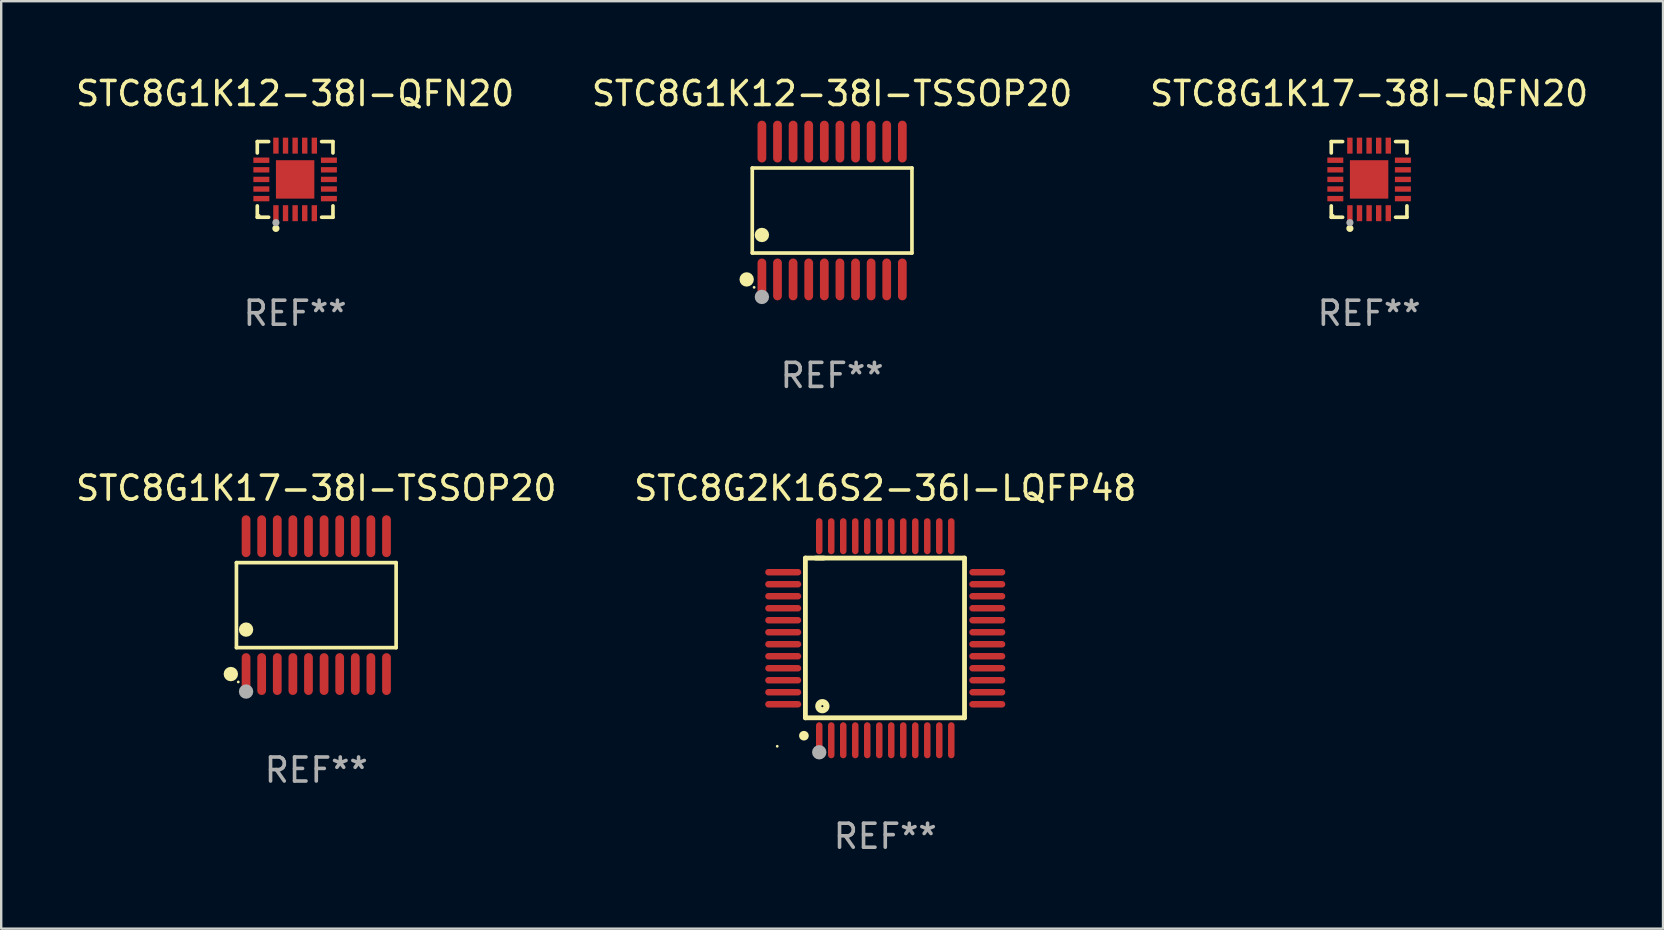
<source format=kicad_pcb>
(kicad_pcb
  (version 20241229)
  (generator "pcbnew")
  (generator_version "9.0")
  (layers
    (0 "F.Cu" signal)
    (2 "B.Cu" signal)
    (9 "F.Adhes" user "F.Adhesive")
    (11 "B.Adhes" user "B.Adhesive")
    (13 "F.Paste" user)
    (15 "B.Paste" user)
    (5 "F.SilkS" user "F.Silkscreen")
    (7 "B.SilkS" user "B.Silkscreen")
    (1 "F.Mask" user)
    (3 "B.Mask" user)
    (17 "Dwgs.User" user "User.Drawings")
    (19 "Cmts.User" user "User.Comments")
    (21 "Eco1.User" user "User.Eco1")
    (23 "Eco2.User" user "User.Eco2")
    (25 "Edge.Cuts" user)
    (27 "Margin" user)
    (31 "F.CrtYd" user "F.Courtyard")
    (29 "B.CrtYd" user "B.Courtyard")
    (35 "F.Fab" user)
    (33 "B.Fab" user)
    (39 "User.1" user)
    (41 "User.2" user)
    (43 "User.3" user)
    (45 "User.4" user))
  (footprint "STC8G1K17-38I-TSSOP20"
    (layer "F.Cu")
    (at 10.125 22.158)
    (property "Reference" "STC8G1K17-38I-TSSOP20" (at 0 -4.871 0) (layer "F.SilkS") (effects (font (size 1 1) (thickness 0.15))))
    (attr through_hole)
    (fp_line (start -3.326 -1.771) (end 3.326 -1.771) (stroke (width 0.152) (type solid)) (layer "F.SilkS"))
    (fp_line (start -3.326 1.771) (end -3.326 -1.771) (stroke (width 0.152) (type solid)) (layer "F.SilkS"))
    (fp_line (start 3.326 -1.771) (end 3.326 1.771) (stroke (width 0.152) (type solid)) (layer "F.SilkS"))
    (fp_line (start 3.326 1.771) (end -3.326 1.771) (stroke (width 0.152) (type solid)) (layer "F.SilkS"))
    (fp_circle (center -3.559 2.871) (end -3.409 2.871) (stroke (width 0.3) (type solid)) (fill no) (layer "F.SilkS"))
    (fp_circle (center -3.25 3.2) (end -3.22 3.2) (stroke (width 0.06) (type solid)) (fill no) (layer "F.SilkS"))
    (fp_circle (center -2.925 1.019) (end -2.775 1.019) (stroke (width 0.3) (type solid)) (fill no) (layer "F.SilkS"))
    (fp_circle (center -2.925 3.6) (end -2.775 3.6) (stroke (width 0.3) (type solid)) (fill no) (layer "F.Fab"))
    (fp_text user "REF**" (at 0 6.871 0) (layer "F.Fab") (effects (font (size 1 1) (thickness 0.15))))
    (pad "1" smd oval (at -2.925 2.871) (size 0.364 1.742) (layers "F.Cu" "F.Mask" "F.Paste"))
    (pad "2" smd oval (at -2.275 2.871) (size 0.364 1.742) (layers "F.Cu" "F.Mask" "F.Paste"))
    (pad "3" smd oval (at -1.625 2.871) (size 0.364 1.742) (layers "F.Cu" "F.Mask" "F.Paste"))
    (pad "4" smd oval (at -0.975 2.871) (size 0.364 1.742) (layers "F.Cu" "F.Mask" "F.Paste"))
    (pad "5" smd oval (at -0.325 2.871) (size 0.364 1.742) (layers "F.Cu" "F.Mask" "F.Paste"))
    (pad "6" smd oval (at 0.325 2.871) (size 0.364 1.742) (layers "F.Cu" "F.Mask" "F.Paste"))
    (pad "7" smd oval (at 0.975 2.871) (size 0.364 1.742) (layers "F.Cu" "F.Mask" "F.Paste"))
    (pad "8" smd oval (at 1.625 2.871) (size 0.364 1.742) (layers "F.Cu" "F.Mask" "F.Paste"))
    (pad "9" smd oval (at 2.275 2.871) (size 0.364 1.742) (layers "F.Cu" "F.Mask" "F.Paste"))
    (pad "10" smd oval (at 2.925 2.871) (size 0.364 1.742) (layers "F.Cu" "F.Mask" "F.Paste"))
    (pad "11" smd oval (at 2.925 -2.871) (size 0.364 1.742) (layers "F.Cu" "F.Mask" "F.Paste"))
    (pad "12" smd oval (at 2.275 -2.871) (size 0.364 1.742) (layers "F.Cu" "F.Mask" "F.Paste"))
    (pad "13" smd oval (at 1.625 -2.871) (size 0.364 1.742) (layers "F.Cu" "F.Mask" "F.Paste"))
    (pad "14" smd oval (at 0.975 -2.871) (size 0.364 1.742) (layers "F.Cu" "F.Mask" "F.Paste"))
    (pad "15" smd oval (at 0.325 -2.871) (size 0.364 1.742) (layers "F.Cu" "F.Mask" "F.Paste"))
    (pad "16" smd oval (at -0.325 -2.871) (size 0.364 1.742) (layers "F.Cu" "F.Mask" "F.Paste"))
    (pad "17" smd oval (at -0.975 -2.871) (size 0.364 1.742) (layers "F.Cu" "F.Mask" "F.Paste"))
    (pad "18" smd oval (at -1.625 -2.871) (size 0.364 1.742) (layers "F.Cu" "F.Mask" "F.Paste"))
    (pad "19" smd oval (at -2.275 -2.871) (size 0.364 1.742) (layers "F.Cu" "F.Mask" "F.Paste"))
    (pad "20" smd oval (at -2.925 -2.871) (size 0.364 1.742) (layers "F.Cu" "F.Mask" "F.Paste")))
  (footprint "STC8G2K16S2-36I-LQFP48"
    (layer "F.Cu")
    (at 33.827 23.537)
    (property "Reference" "STC8G2K16S2-36I-LQFP48" (at 0 -6.25 0) (layer "F.SilkS") (effects (font (size 1 1) (thickness 0.15))))
    (attr through_hole)
    (fp_line (start -3.327 -3.34) (end -2.565 -3.34) (stroke (width 0.2) (type solid)) (layer "F.SilkS"))
    (fp_line (start -3.327 3.315) (end -3.327 -3.34) (stroke (width 0.2) (type solid)) (layer "F.SilkS"))
    (fp_line (start -2.896 -3.34) (end 3.302 -3.34) (stroke (width 0.2) (type solid)) (layer "F.SilkS"))
    (fp_line (start 3.302 -3.34) (end 3.302 3.315) (stroke (width 0.2) (type solid)) (layer "F.SilkS"))
    (fp_line (start 3.302 3.315) (end -3.327 3.315) (stroke (width 0.2) (type solid)) (layer "F.SilkS"))
    (fp_arc (start -3.389992 4.059995) (mid -3.388722 4.059991) (end -3.387452 4.059995) (stroke (width 0.4) (type solid)) (layer "F.SilkS"))
    (fp_circle (center -4.5 4.5) (end -4.47 4.5) (stroke (width 0.06) (type solid)) (fill no) (layer "F.SilkS"))
    (fp_circle (center -2.62 2.83) (end -2.45 2.83) (stroke (width 0.254) (type solid)) (fill no) (layer "F.SilkS"))
    (fp_circle (center -2.75 4.75) (end -2.6 4.75) (stroke (width 0.3) (type solid)) (fill no) (layer "F.Fab"))
    (fp_text user "REF**" (at 0 8.25 0) (layer "F.Fab") (effects (font (size 1 1) (thickness 0.15))))
    (pad "1" smd oval (at -2.75 4.25) (size 0.27 1.5) (layers "F.Cu" "F.Mask" "F.Paste"))
    (pad "2" smd oval (at -2.25 4.25) (size 0.27 1.5) (layers "F.Cu" "F.Mask" "F.Paste"))
    (pad "3" smd oval (at -1.75 4.25) (size 0.27 1.5) (layers "F.Cu" "F.Mask" "F.Paste"))
    (pad "4" smd oval (at -1.25 4.25) (size 0.27 1.5) (layers "F.Cu" "F.Mask" "F.Paste"))
    (pad "5" smd oval (at -0.75 4.25) (size 0.27 1.5) (layers "F.Cu" "F.Mask" "F.Paste"))
    (pad "6" smd oval (at -0.25 4.25) (size 0.27 1.5) (layers "F.Cu" "F.Mask" "F.Paste"))
    (pad "7" smd oval (at 0.25 4.25) (size 0.27 1.5) (layers "F.Cu" "F.Mask" "F.Paste"))
    (pad "8" smd oval (at 0.75 4.25) (size 0.27 1.5) (layers "F.Cu" "F.Mask" "F.Paste"))
    (pad "9" smd oval (at 1.25 4.25) (size 0.27 1.5) (layers "F.Cu" "F.Mask" "F.Paste"))
    (pad "10" smd oval (at 1.75 4.25) (size 0.27 1.5) (layers "F.Cu" "F.Mask" "F.Paste"))
    (pad "11" smd oval (at 2.25 4.25) (size 0.27 1.5) (layers "F.Cu" "F.Mask" "F.Paste"))
    (pad "12" smd oval (at 2.75 4.25) (size 0.27 1.5) (layers "F.Cu" "F.Mask" "F.Paste"))
    (pad "13" smd oval (at 4.25 2.75) (size 1.5 0.27) (layers "F.Cu" "F.Mask" "F.Paste"))
    (pad "14" smd oval (at 4.25 2.25) (size 1.5 0.27) (layers "F.Cu" "F.Mask" "F.Paste"))
    (pad "15" smd oval (at 4.25 1.75) (size 1.5 0.27) (layers "F.Cu" "F.Mask" "F.Paste"))
    (pad "16" smd oval (at 4.25 1.25) (size 1.5 0.27) (layers "F.Cu" "F.Mask" "F.Paste"))
    (pad "17" smd oval (at 4.25 0.75) (size 1.5 0.27) (layers "F.Cu" "F.Mask" "F.Paste"))
    (pad "18" smd oval (at 4.25 0.25) (size 1.5 0.27) (layers "F.Cu" "F.Mask" "F.Paste"))
    (pad "19" smd oval (at 4.25 -0.25) (size 1.5 0.27) (layers "F.Cu" "F.Mask" "F.Paste"))
    (pad "20" smd oval (at 4.25 -0.75) (size 1.5 0.27) (layers "F.Cu" "F.Mask" "F.Paste"))
    (pad "21" smd oval (at 4.25 -1.25) (size 1.5 0.27) (layers "F.Cu" "F.Mask" "F.Paste"))
    (pad "22" smd oval (at 4.25 -1.75) (size 1.5 0.27) (layers "F.Cu" "F.Mask" "F.Paste"))
    (pad "23" smd oval (at 4.25 -2.25) (size 1.5 0.27) (layers "F.Cu" "F.Mask" "F.Paste"))
    (pad "24" smd oval (at 4.25 -2.75) (size 1.5 0.27) (layers "F.Cu" "F.Mask" "F.Paste"))
    (pad "25" smd oval (at 2.75 -4.25) (size 0.27 1.5) (layers "F.Cu" "F.Mask" "F.Paste"))
    (pad "26" smd oval (at 2.25 -4.25) (size 0.27 1.5) (layers "F.Cu" "F.Mask" "F.Paste"))
    (pad "27" smd oval (at 1.75 -4.25) (size 0.27 1.5) (layers "F.Cu" "F.Mask" "F.Paste"))
    (pad "28" smd oval (at 1.25 -4.25) (size 0.27 1.5) (layers "F.Cu" "F.Mask" "F.Paste"))
    (pad "29" smd oval (at 0.75 -4.25) (size 0.27 1.5) (layers "F.Cu" "F.Mask" "F.Paste"))
    (pad "30" smd oval (at 0.25 -4.25) (size 0.27 1.5) (layers "F.Cu" "F.Mask" "F.Paste"))
    (pad "31" smd oval (at -0.25 -4.25) (size 0.27 1.5) (layers "F.Cu" "F.Mask" "F.Paste"))
    (pad "32" smd oval (at -0.75 -4.25) (size 0.27 1.5) (layers "F.Cu" "F.Mask" "F.Paste"))
    (pad "33" smd oval (at -1.25 -4.25) (size 0.27 1.5) (layers "F.Cu" "F.Mask" "F.Paste"))
    (pad "34" smd oval (at -1.75 -4.25) (size 0.27 1.5) (layers "F.Cu" "F.Mask" "F.Paste"))
    (pad "35" smd oval (at -2.25 -4.25) (size 0.27 1.5) (layers "F.Cu" "F.Mask" "F.Paste"))
    (pad "36" smd oval (at -2.75 -4.25) (size 0.27 1.5) (layers "F.Cu" "F.Mask" "F.Paste"))
    (pad "37" smd oval (at -4.25 -2.75) (size 1.5 0.27) (layers "F.Cu" "F.Mask" "F.Paste"))
    (pad "38" smd oval (at -4.25 -2.25) (size 1.5 0.27) (layers "F.Cu" "F.Mask" "F.Paste"))
    (pad "39" smd oval (at -4.25 -1.75) (size 1.5 0.27) (layers "F.Cu" "F.Mask" "F.Paste"))
    (pad "40" smd oval (at -4.25 -1.25) (size 1.5 0.27) (layers "F.Cu" "F.Mask" "F.Paste"))
    (pad "41" smd oval (at -4.25 -0.75) (size 1.5 0.27) (layers "F.Cu" "F.Mask" "F.Paste"))
    (pad "42" smd oval (at -4.25 -0.25) (size 1.5 0.27) (layers "F.Cu" "F.Mask" "F.Paste"))
    (pad "43" smd oval (at -4.25 0.25) (size 1.5 0.27) (layers "F.Cu" "F.Mask" "F.Paste"))
    (pad "44" smd oval (at -4.25 0.75) (size 1.5 0.27) (layers "F.Cu" "F.Mask" "F.Paste"))
    (pad "45" smd oval (at -4.25 1.25) (size 1.5 0.27) (layers "F.Cu" "F.Mask" "F.Paste"))
    (pad "46" smd oval (at -4.25 1.75) (size 1.5 0.27) (layers "F.Cu" "F.Mask" "F.Paste"))
    (pad "47" smd oval (at -4.25 2.25) (size 1.5 0.27) (layers "F.Cu" "F.Mask" "F.Paste"))
    (pad "48" smd oval (at -4.25 2.75) (size 1.5 0.27) (layers "F.Cu" "F.Mask" "F.Paste")))
  (footprint "STC8G1K17-38I-QFN20"
    (layer "F.Cu")
    (at 53.982 4.424)
    (property "Reference" "STC8G1K17-38I-QFN20" (at 0 -3.576 0) (layer "F.SilkS") (effects (font (size 1 1) (thickness 0.15))))
    (attr through_hole)
    (fp_line (start -1.576 -1.576) (end -1.103 -1.576) (stroke (width 0.152) (type solid)) (layer "F.SilkS"))
    (fp_line (start -1.576 -1.103) (end -1.576 -1.576) (stroke (width 0.152) (type solid)) (layer "F.SilkS"))
    (fp_line (start -1.576 1.103) (end -1.576 1.576) (stroke (width 0.152) (type solid)) (layer "F.SilkS"))
    (fp_line (start -1.576 1.576) (end -1.103 1.576) (stroke (width 0.152) (type solid)) (layer "F.SilkS"))
    (fp_line (start 1.576 -1.576) (end 1.103 -1.576) (stroke (width 0.152) (type solid)) (layer "F.SilkS"))
    (fp_line (start 1.576 -1.103) (end 1.576 -1.576) (stroke (width 0.152) (type solid)) (layer "F.SilkS"))
    (fp_line (start 1.576 1.103) (end 1.576 1.576) (stroke (width 0.152) (type solid)) (layer "F.SilkS"))
    (fp_line (start 1.576 1.576) (end 1.103 1.576) (stroke (width 0.152) (type solid)) (layer "F.SilkS"))
    (fp_circle (center -1.5 1.5) (end -1.47 1.5) (stroke (width 0.06) (type solid)) (fill no) (layer "F.SilkS"))
    (fp_circle (center -0.8 2.04) (end -0.725 2.04) (stroke (width 0.15) (type solid)) (fill no) (layer "F.SilkS"))
    (fp_circle (center -0.8 1.8) (end -0.725 1.8) (stroke (width 0.15) (type solid)) (fill no) (layer "F.Fab"))
    (fp_text user "REF**" (at 0 5.576 0) (layer "F.Fab") (effects (font (size 1 1) (thickness 0.15))))
    (pad "1" smd rect (at -0.8 1.407) (size 0.224 0.665) (layers "F.Cu" "F.Mask" "F.Paste"))
    (pad "2" smd rect (at -0.4 1.407) (size 0.224 0.665) (layers "F.Cu" "F.Mask" "F.Paste"))
    (pad "3" smd rect (at 0 1.407) (size 0.224 0.665) (layers "F.Cu" "F.Mask" "F.Paste"))
    (pad "4" smd rect (at 0.4 1.407) (size 0.224 0.665) (layers "F.Cu" "F.Mask" "F.Paste"))
    (pad "5" smd rect (at 0.8 1.407) (size 0.224 0.665) (layers "F.Cu" "F.Mask" "F.Paste"))
    (pad "6" smd rect (at 1.407 0.8) (size 0.665 0.224) (layers "F.Cu" "F.Mask" "F.Paste"))
    (pad "7" smd rect (at 1.407 0.4) (size 0.665 0.224) (layers "F.Cu" "F.Mask" "F.Paste"))
    (pad "8" smd rect (at 1.407 0) (size 0.665 0.224) (layers "F.Cu" "F.Mask" "F.Paste"))
    (pad "9" smd rect (at 1.407 -0.4) (size 0.665 0.224) (layers "F.Cu" "F.Mask" "F.Paste"))
    (pad "10" smd rect (at 1.407 -0.8) (size 0.665 0.224) (layers "F.Cu" "F.Mask" "F.Paste"))
    (pad "11" smd rect (at 0.8 -1.407) (size 0.224 0.665) (layers "F.Cu" "F.Mask" "F.Paste"))
    (pad "12" smd rect (at 0.4 -1.407) (size 0.224 0.665) (layers "F.Cu" "F.Mask" "F.Paste"))
    (pad "13" smd rect (at 0 -1.407) (size 0.224 0.665) (layers "F.Cu" "F.Mask" "F.Paste"))
    (pad "14" smd rect (at -0.4 -1.407) (size 0.224 0.665) (layers "F.Cu" "F.Mask" "F.Paste"))
    (pad "15" smd rect (at -0.8 -1.407) (size 0.224 0.665) (layers "F.Cu" "F.Mask" "F.Paste"))
    (pad "16" smd rect (at -1.407 -0.8) (size 0.665 0.224) (layers "F.Cu" "F.Mask" "F.Paste"))
    (pad "17" smd rect (at -1.407 -0.4) (size 0.665 0.224) (layers "F.Cu" "F.Mask" "F.Paste"))
    (pad "18" smd rect (at -1.407 0) (size 0.665 0.224) (layers "F.Cu" "F.Mask" "F.Paste"))
    (pad "19" smd rect (at -1.407 0.4) (size 0.665 0.224) (layers "F.Cu" "F.Mask" "F.Paste"))
    (pad "20" smd rect (at -1.407 0.8) (size 0.665 0.224) (layers "F.Cu" "F.Mask" "F.Paste"))
    (pad "21" smd rect (at 0 0) (size 1.6 1.6) (layers "F.Cu" "F.Mask" "F.Paste")))
  (footprint "STC8G1K12-38I-QFN20"
    (layer "F.Cu")
    (at 9.244 4.424)
    (property "Reference" "STC8G1K12-38I-QFN20" (at 0 -3.576 0) (layer "F.SilkS") (effects (font (size 1 1) (thickness 0.15))))
    (attr through_hole)
    (fp_line (start -1.576 -1.576) (end -1.103 -1.576) (stroke (width 0.152) (type solid)) (layer "F.SilkS"))
    (fp_line (start -1.576 -1.103) (end -1.576 -1.576) (stroke (width 0.152) (type solid)) (layer "F.SilkS"))
    (fp_line (start -1.576 1.103) (end -1.576 1.576) (stroke (width 0.152) (type solid)) (layer "F.SilkS"))
    (fp_line (start -1.576 1.576) (end -1.103 1.576) (stroke (width 0.152) (type solid)) (layer "F.SilkS"))
    (fp_line (start 1.576 -1.576) (end 1.103 -1.576) (stroke (width 0.152) (type solid)) (layer "F.SilkS"))
    (fp_line (start 1.576 -1.103) (end 1.576 -1.576) (stroke (width 0.152) (type solid)) (layer "F.SilkS"))
    (fp_line (start 1.576 1.103) (end 1.576 1.576) (stroke (width 0.152) (type solid)) (layer "F.SilkS"))
    (fp_line (start 1.576 1.576) (end 1.103 1.576) (stroke (width 0.152) (type solid)) (layer "F.SilkS"))
    (fp_circle (center -1.5 1.5) (end -1.47 1.5) (stroke (width 0.06) (type solid)) (fill no) (layer "F.SilkS"))
    (fp_circle (center -0.8 2.04) (end -0.725 2.04) (stroke (width 0.15) (type solid)) (fill no) (layer "F.SilkS"))
    (fp_circle (center -0.8 1.8) (end -0.725 1.8) (stroke (width 0.15) (type solid)) (fill no) (layer "F.Fab"))
    (fp_text user "REF**" (at 0 5.576 0) (layer "F.Fab") (effects (font (size 1 1) (thickness 0.15))))
    (pad "1" smd rect (at -0.8 1.407) (size 0.224 0.665) (layers "F.Cu" "F.Mask" "F.Paste"))
    (pad "2" smd rect (at -0.4 1.407) (size 0.224 0.665) (layers "F.Cu" "F.Mask" "F.Paste"))
    (pad "3" smd rect (at 0 1.407) (size 0.224 0.665) (layers "F.Cu" "F.Mask" "F.Paste"))
    (pad "4" smd rect (at 0.4 1.407) (size 0.224 0.665) (layers "F.Cu" "F.Mask" "F.Paste"))
    (pad "5" smd rect (at 0.8 1.407) (size 0.224 0.665) (layers "F.Cu" "F.Mask" "F.Paste"))
    (pad "6" smd rect (at 1.407 0.8) (size 0.665 0.224) (layers "F.Cu" "F.Mask" "F.Paste"))
    (pad "7" smd rect (at 1.407 0.4) (size 0.665 0.224) (layers "F.Cu" "F.Mask" "F.Paste"))
    (pad "8" smd rect (at 1.407 0) (size 0.665 0.224) (layers "F.Cu" "F.Mask" "F.Paste"))
    (pad "9" smd rect (at 1.407 -0.4) (size 0.665 0.224) (layers "F.Cu" "F.Mask" "F.Paste"))
    (pad "10" smd rect (at 1.407 -0.8) (size 0.665 0.224) (layers "F.Cu" "F.Mask" "F.Paste"))
    (pad "11" smd rect (at 0.8 -1.407) (size 0.224 0.665) (layers "F.Cu" "F.Mask" "F.Paste"))
    (pad "12" smd rect (at 0.4 -1.407) (size 0.224 0.665) (layers "F.Cu" "F.Mask" "F.Paste"))
    (pad "13" smd rect (at 0 -1.407) (size 0.224 0.665) (layers "F.Cu" "F.Mask" "F.Paste"))
    (pad "14" smd rect (at -0.4 -1.407) (size 0.224 0.665) (layers "F.Cu" "F.Mask" "F.Paste"))
    (pad "15" smd rect (at -0.8 -1.407) (size 0.224 0.665) (layers "F.Cu" "F.Mask" "F.Paste"))
    (pad "16" smd rect (at -1.407 -0.8) (size 0.665 0.224) (layers "F.Cu" "F.Mask" "F.Paste"))
    (pad "17" smd rect (at -1.407 -0.4) (size 0.665 0.224) (layers "F.Cu" "F.Mask" "F.Paste"))
    (pad "18" smd rect (at -1.407 0) (size 0.665 0.224) (layers "F.Cu" "F.Mask" "F.Paste"))
    (pad "19" smd rect (at -1.407 0.4) (size 0.665 0.224) (layers "F.Cu" "F.Mask" "F.Paste"))
    (pad "20" smd rect (at -1.407 0.8) (size 0.665 0.224) (layers "F.Cu" "F.Mask" "F.Paste"))
    (pad "21" smd rect (at 0 0) (size 1.6 1.6) (layers "F.Cu" "F.Mask" "F.Paste")))
  (footprint "STC8G1K12-38I-TSSOP20"
    (layer "F.Cu")
    (at 31.613 5.719)
    (property "Reference" "STC8G1K12-38I-TSSOP20" (at 0 -4.871 0) (layer "F.SilkS") (effects (font (size 1 1) (thickness 0.15))))
    (attr through_hole)
    (fp_line (start -3.326 -1.771) (end 3.326 -1.771) (stroke (width 0.152) (type solid)) (layer "F.SilkS"))
    (fp_line (start -3.326 1.771) (end -3.326 -1.771) (stroke (width 0.152) (type solid)) (layer "F.SilkS"))
    (fp_line (start 3.326 -1.771) (end 3.326 1.771) (stroke (width 0.152) (type solid)) (layer "F.SilkS"))
    (fp_line (start 3.326 1.771) (end -3.326 1.771) (stroke (width 0.152) (type solid)) (layer "F.SilkS"))
    (fp_circle (center -3.559 2.871) (end -3.409 2.871) (stroke (width 0.3) (type solid)) (fill no) (layer "F.SilkS"))
    (fp_circle (center -3.25 3.2) (end -3.22 3.2) (stroke (width 0.06) (type solid)) (fill no) (layer "F.SilkS"))
    (fp_circle (center -2.925 1.019) (end -2.775 1.019) (stroke (width 0.3) (type solid)) (fill no) (layer "F.SilkS"))
    (fp_circle (center -2.925 3.6) (end -2.775 3.6) (stroke (width 0.3) (type solid)) (fill no) (layer "F.Fab"))
    (fp_text user "REF**" (at 0 6.871 0) (layer "F.Fab") (effects (font (size 1 1) (thickness 0.15))))
    (pad "1" smd oval (at -2.925 2.871) (size 0.364 1.742) (layers "F.Cu" "F.Mask" "F.Paste"))
    (pad "2" smd oval (at -2.275 2.871) (size 0.364 1.742) (layers "F.Cu" "F.Mask" "F.Paste"))
    (pad "3" smd oval (at -1.625 2.871) (size 0.364 1.742) (layers "F.Cu" "F.Mask" "F.Paste"))
    (pad "4" smd oval (at -0.975 2.871) (size 0.364 1.742) (layers "F.Cu" "F.Mask" "F.Paste"))
    (pad "5" smd oval (at -0.325 2.871) (size 0.364 1.742) (layers "F.Cu" "F.Mask" "F.Paste"))
    (pad "6" smd oval (at 0.325 2.871) (size 0.364 1.742) (layers "F.Cu" "F.Mask" "F.Paste"))
    (pad "7" smd oval (at 0.975 2.871) (size 0.364 1.742) (layers "F.Cu" "F.Mask" "F.Paste"))
    (pad "8" smd oval (at 1.625 2.871) (size 0.364 1.742) (layers "F.Cu" "F.Mask" "F.Paste"))
    (pad "9" smd oval (at 2.275 2.871) (size 0.364 1.742) (layers "F.Cu" "F.Mask" "F.Paste"))
    (pad "10" smd oval (at 2.925 2.871) (size 0.364 1.742) (layers "F.Cu" "F.Mask" "F.Paste"))
    (pad "11" smd oval (at 2.925 -2.871) (size 0.364 1.742) (layers "F.Cu" "F.Mask" "F.Paste"))
    (pad "12" smd oval (at 2.275 -2.871) (size 0.364 1.742) (layers "F.Cu" "F.Mask" "F.Paste"))
    (pad "13" smd oval (at 1.625 -2.871) (size 0.364 1.742) (layers "F.Cu" "F.Mask" "F.Paste"))
    (pad "14" smd oval (at 0.975 -2.871) (size 0.364 1.742) (layers "F.Cu" "F.Mask" "F.Paste"))
    (pad "15" smd oval (at 0.325 -2.871) (size 0.364 1.742) (layers "F.Cu" "F.Mask" "F.Paste"))
    (pad "16" smd oval (at -0.325 -2.871) (size 0.364 1.742) (layers "F.Cu" "F.Mask" "F.Paste"))
    (pad "17" smd oval (at -0.975 -2.871) (size 0.364 1.742) (layers "F.Cu" "F.Mask" "F.Paste"))
    (pad "18" smd oval (at -1.625 -2.871) (size 0.364 1.742) (layers "F.Cu" "F.Mask" "F.Paste"))
    (pad "19" smd oval (at -2.275 -2.871) (size 0.364 1.742) (layers "F.Cu" "F.Mask" "F.Paste"))
    (pad "20" smd oval (at -2.925 -2.871) (size 0.364 1.742) (layers "F.Cu" "F.Mask" "F.Paste")))
  (gr_rect
    (start -3 -3)
    (end 66.226 35.635)
    (stroke (width 0.1) (type default))
    (fill no)
    (layer "Edge.Cuts")))
</source>
